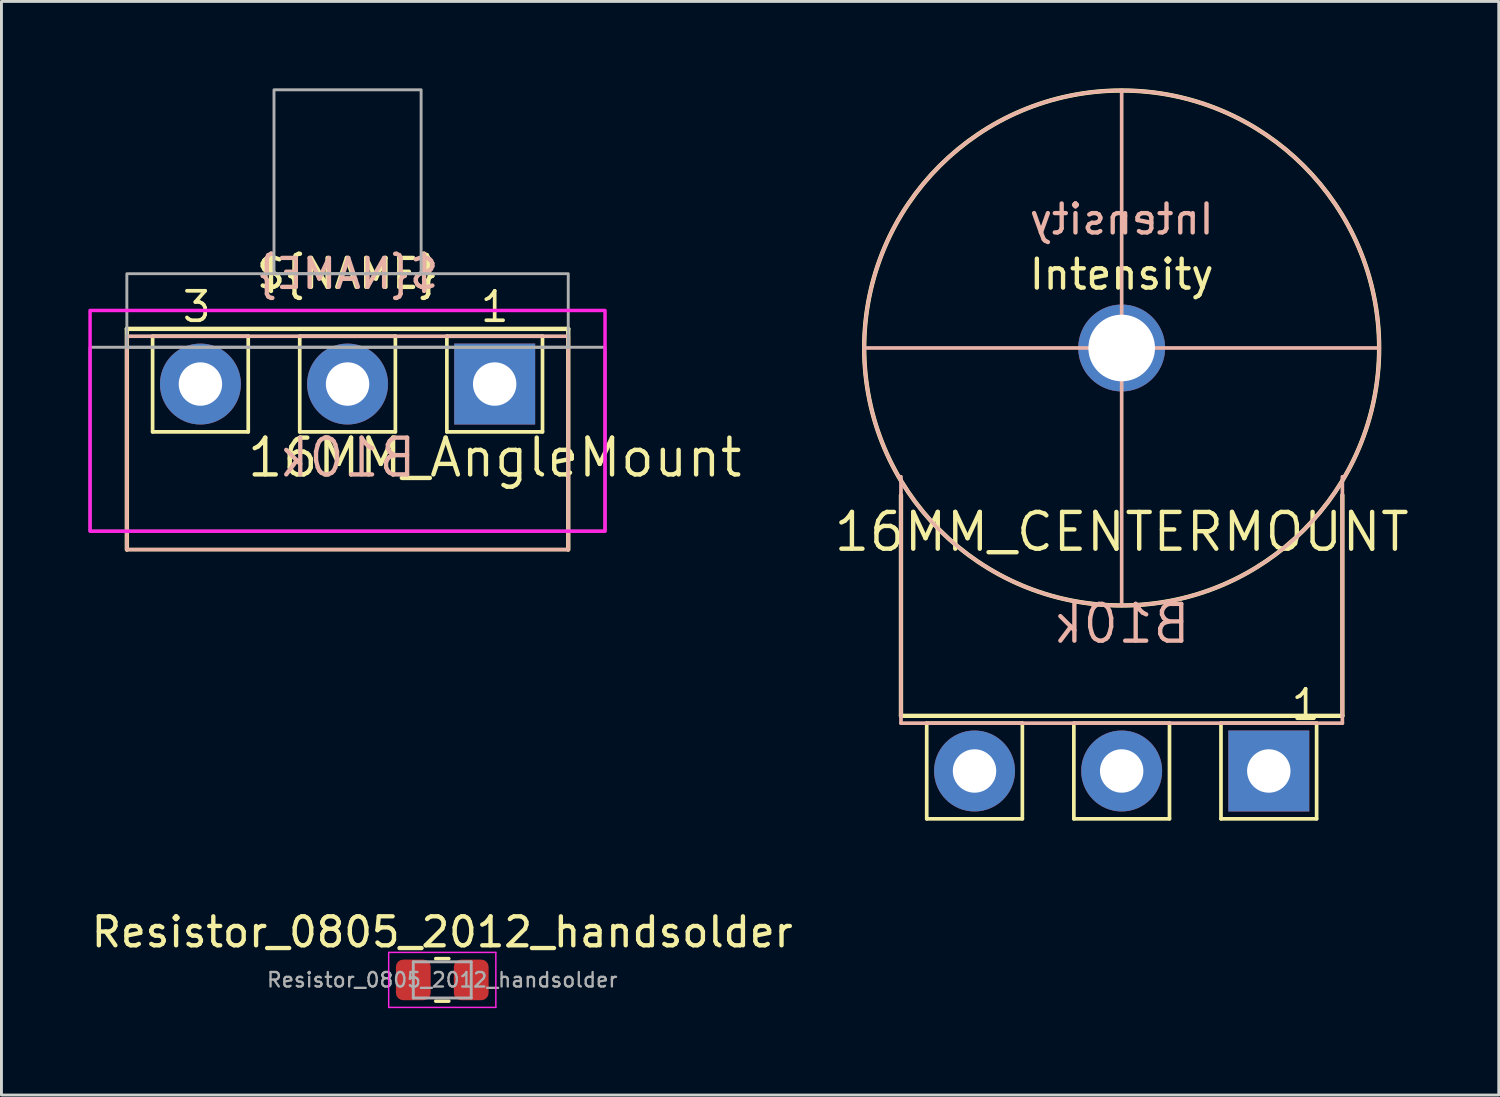
<source format=kicad_pcb>
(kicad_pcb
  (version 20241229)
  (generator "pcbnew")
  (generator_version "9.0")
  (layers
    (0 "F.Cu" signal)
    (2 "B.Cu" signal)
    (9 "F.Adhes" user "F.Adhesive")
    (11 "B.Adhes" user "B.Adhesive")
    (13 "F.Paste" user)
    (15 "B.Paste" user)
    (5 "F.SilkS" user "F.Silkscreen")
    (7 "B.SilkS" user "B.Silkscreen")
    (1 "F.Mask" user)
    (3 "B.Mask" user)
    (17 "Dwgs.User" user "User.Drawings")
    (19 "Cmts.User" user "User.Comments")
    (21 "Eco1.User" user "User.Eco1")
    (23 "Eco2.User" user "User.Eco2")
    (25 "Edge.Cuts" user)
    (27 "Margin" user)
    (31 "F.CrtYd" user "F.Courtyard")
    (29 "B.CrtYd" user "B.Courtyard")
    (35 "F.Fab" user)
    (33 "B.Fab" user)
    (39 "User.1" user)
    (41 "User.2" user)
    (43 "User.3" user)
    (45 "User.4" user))
  (footprint "16MM_AngleMount"
    (layer "F.Cu")
    (at 8.95 10.21)
    (property "Reference" "16MM_AngleMount" (at 5.08 2.54 0) (layer "F.SilkS") (effects (font (size 1.27 1.27) (thickness 0.152))))
    (property "Value" "B10k" (at 0 2.54 0) (layer "F.SilkS") (hide yes) (effects (font (size 1.27 1.27) (thickness 0.15))))
    (attr through_hole)
    (fp_line (start -7.62 -1.905) (end 7.62 -1.905) (stroke (width 0.15) (type solid)) (layer "F.SilkS"))
    (fp_line (start -7.62 5.715) (end -7.62 -1.905) (stroke (width 0.15) (type solid)) (layer "F.SilkS"))
    (fp_line (start -7.62 5.715) (end 7.62 5.715) (stroke (width 0.12) (type solid)) (layer "F.SilkS"))
    (fp_line (start -6.731 -1.651) (end -6.731 1.651) (stroke (width 0.127) (type solid)) (layer "F.SilkS"))
    (fp_line (start -6.731 -1.651) (end -3.429 -1.651) (stroke (width 0.127) (type solid)) (layer "F.SilkS"))
    (fp_line (start -6.731 1.651) (end -3.429 1.651) (stroke (width 0.127) (type solid)) (layer "F.SilkS"))
    (fp_line (start -3.429 1.651) (end -3.429 -1.651) (stroke (width 0.127) (type solid)) (layer "F.SilkS"))
    (fp_line (start -1.651 -1.651) (end -1.651 1.651) (stroke (width 0.127) (type solid)) (layer "F.SilkS"))
    (fp_line (start -1.651 -1.651) (end 1.651 -1.651) (stroke (width 0.127) (type solid)) (layer "F.SilkS"))
    (fp_line (start -1.651 1.651) (end 1.651 1.651) (stroke (width 0.127) (type solid)) (layer "F.SilkS"))
    (fp_line (start 1.651 1.651) (end 1.651 -1.651) (stroke (width 0.127) (type solid)) (layer "F.SilkS"))
    (fp_line (start 3.429 -1.651) (end 3.429 1.651) (stroke (width 0.127) (type solid)) (layer "F.SilkS"))
    (fp_line (start 3.429 -1.651) (end 6.731 -1.651) (stroke (width 0.127) (type solid)) (layer "F.SilkS"))
    (fp_line (start 3.429 1.651) (end 6.731 1.651) (stroke (width 0.127) (type solid)) (layer "F.SilkS"))
    (fp_line (start 6.731 1.651) (end 6.731 -1.651) (stroke (width 0.127) (type solid)) (layer "F.SilkS"))
    (fp_line (start 7.62 5.715) (end 7.62 -1.905) (stroke (width 0.15) (type solid)) (layer "F.SilkS"))
    (fp_line (start -7.62 -1.651) (end 7.62 -1.651) (stroke (width 0.127) (type solid)) (layer "B.SilkS"))
    (fp_line (start -7.62 5.715) (end -7.62 -1.651) (stroke (width 0.127) (type solid)) (layer "B.SilkS"))
    (fp_line (start -7.62 5.715) (end 7.62 5.715) (stroke (width 0.12) (type solid)) (layer "B.SilkS"))
    (fp_line (start 7.62 -1.651) (end 7.62 5.715) (stroke (width 0.127) (type solid)) (layer "B.SilkS"))
    (fp_rect (start -8.89 -2.54) (end 8.89 5.08) (stroke (width 0.12) (type solid)) (fill no) (layer "F.CrtYd"))
    (fp_rect (start -8.89 -1.27) (end 8.89 5.08) (stroke (width 0.1) (type solid)) (fill no) (layer "F.Fab"))
    (fp_rect (start -7.62 -1.27) (end 7.62 -3.81) (stroke (width 0.1) (type solid)) (fill no) (layer "F.Fab"))
    (fp_rect (start -2.54 -10.16) (end 2.54 -3.81) (stroke (width 0.1) (type solid)) (fill no) (layer "F.Fab"))
    (fp_text user "${NAME}" (at 0 -3.81 0) (layer "F.SilkS") (effects (font (size 1 1) (thickness 0.15))))
    (fp_text user "3" (at -5.207 -2.667 0) (layer "F.SilkS") (effects (font (size 1.016 1.016) (thickness 0.127))))
    (fp_text user "1" (at 5.08 -2.667 0) (layer "F.SilkS") (effects (font (size 1.016 1.016) (thickness 0.127))))
    (fp_text user "${NAME}" (at 0 -3.81 0) (layer "B.SilkS") (effects (font (size 1 1) (thickness 0.15)) (justify mirror)))
    (fp_text user "${VALUE}" (at 0 2.54 0) (layer "B.SilkS") (effects (font (size 1.27 1.27) (thickness 0.15)) (justify mirror)))
    (pad "1" thru_hole rect (at 5.08 0) (size 2.794 2.794) (drill 1.499) (layers "*.Cu" "*.Paste" "*.Mask"))
    (pad "2" thru_hole circle (at 0 0) (size 2.794 2.794) (drill 1.499) (layers "*.Cu" "*.Paste" "*.Mask"))
    (pad "3" thru_hole circle (at -5.08 0) (size 2.794 2.794) (drill 1.499) (layers "*.Cu" "*.Paste" "*.Mask")))
  (footprint "16MM_CENTERMOUNT"
    (layer "F.Cu")
    (at 35.678 8.965)
    (property "Reference" "16MM_CENTERMOUNT" (at 0 6.35 0) (layer "F.SilkS") (effects (font (size 1.27 1.27) (thickness 0.152))))
    (attr through_hole)
    (fp_line (start -7.62 5.08) (end -7.62 12.7) (stroke (width 0.15) (type solid)) (layer "F.SilkS"))
    (fp_line (start -7.62 12.7) (end 7.62 12.7) (stroke (width 0.15) (type solid)) (layer "F.SilkS"))
    (fp_line (start -6.731 12.954) (end -6.731 16.256) (stroke (width 0.127) (type solid)) (layer "F.SilkS"))
    (fp_line (start -6.731 12.954) (end -3.429 12.954) (stroke (width 0.127) (type solid)) (layer "F.SilkS"))
    (fp_line (start -6.731 16.256) (end -3.429 16.256) (stroke (width 0.127) (type solid)) (layer "F.SilkS"))
    (fp_line (start -3.429 16.256) (end -3.429 12.954) (stroke (width 0.127) (type solid)) (layer "F.SilkS"))
    (fp_line (start -1.651 12.954) (end -1.651 16.256) (stroke (width 0.127) (type solid)) (layer "F.SilkS"))
    (fp_line (start -1.651 12.954) (end 1.651 12.954) (stroke (width 0.127) (type solid)) (layer "F.SilkS"))
    (fp_line (start -1.651 16.256) (end 1.651 16.256) (stroke (width 0.127) (type solid)) (layer "F.SilkS"))
    (fp_line (start 1.651 16.256) (end 1.651 12.954) (stroke (width 0.127) (type solid)) (layer "F.SilkS"))
    (fp_line (start 3.429 12.954) (end 3.429 16.256) (stroke (width 0.127) (type solid)) (layer "F.SilkS"))
    (fp_line (start 3.429 12.954) (end 6.731 12.954) (stroke (width 0.127) (type solid)) (layer "F.SilkS"))
    (fp_line (start 3.429 16.256) (end 6.731 16.256) (stroke (width 0.127) (type solid)) (layer "F.SilkS"))
    (fp_line (start 6.731 16.256) (end 6.731 12.954) (stroke (width 0.127) (type solid)) (layer "F.SilkS"))
    (fp_line (start 7.62 12.7) (end 7.62 5.08) (stroke (width 0.15) (type solid)) (layer "F.SilkS"))
    (fp_circle (center 0 0) (end 8.89 0) (stroke (width 0.15) (type solid)) (fill no) (layer "F.SilkS"))
    (fp_line (start -8.89 0) (end 8.89 0) (stroke (width 0.127) (type solid)) (layer "B.SilkS"))
    (fp_line (start -7.62 4.445) (end -7.62 12.954) (stroke (width 0.127) (type solid)) (layer "B.SilkS"))
    (fp_line (start -7.62 12.954) (end 7.62 12.954) (stroke (width 0.127) (type solid)) (layer "B.SilkS"))
    (fp_line (start 0 8.89) (end 0 -8.89) (stroke (width 0.127) (type solid)) (layer "B.SilkS"))
    (fp_line (start 7.62 12.954) (end 7.62 4.445) (stroke (width 0.127) (type solid)) (layer "B.SilkS"))
    (fp_arc (start -8.89 0) (mid -6.286179 -6.286179) (end 0 -8.89) (stroke (width 0.127) (type solid)) (layer "B.SilkS"))
    (fp_arc (start 0 -8.89) (mid 6.286179 -6.286179) (end 8.89 0) (stroke (width 0.127) (type solid)) (layer "B.SilkS"))
    (fp_arc (start 0 8.89) (mid -6.286179 6.286179) (end -8.89 0) (stroke (width 0.127) (type solid)) (layer "B.SilkS"))
    (fp_arc (start 8.89 0) (mid 6.286179 6.286179) (end 0 8.89) (stroke (width 0.127) (type solid)) (layer "B.SilkS"))
    (fp_text user "1" (at 6.35 12.319 0) (layer "F.SilkS") (effects (font (size 1.016 1.016) (thickness 0.127))))
    (fp_text user "Intensity" (at 0 -2.54 0) (layer "F.SilkS") (effects (font (size 1 1) (thickness 0.15))))
    (fp_text user "Intensity" (at 0 -4.445 0) (layer "B.SilkS") (effects (font (size 1 1) (thickness 0.15)) (justify mirror)))
    (fp_text user "B10k" (at 0 9.525 0) (layer "B.SilkS") (effects (font (size 1.27 1.27) (thickness 0.15)) (justify mirror)))
    (pad "1" thru_hole rect (at 5.08 14.605) (size 2.794 2.794) (drill 1.499) (layers "*.Cu" "*.Paste" "*.Mask"))
    (pad "2" thru_hole circle (at 0 14.605) (size 2.794 2.794) (drill 1.499) (layers "*.Cu" "*.Paste" "*.Mask"))
    (pad "3" thru_hole circle (at -5.08 14.605) (size 2.794 2.794) (drill 1.499) (layers "*.Cu" "*.Paste" "*.Mask"))
    (pad "4" thru_hole circle (at 0 0) (size 3 3) (drill 2.3) (layers "*.Cu" "*.Mask")))
  (footprint "Resistor_0805_2012_handsolder"
    (layer "F.Cu")
    (at 12.22 30.783)
    (property "Reference" "Resistor_0805_2012_handsolder" (at 0 -1.65 0) (layer "F.SilkS") (effects (font (size 1 1) (thickness 0.15))))
    (attr smd)
    (fp_line (start -0.227 -0.735) (end 0.227 -0.735) (stroke (width 0.12) (type solid)) (layer "F.SilkS"))
    (fp_line (start -0.227 0.735) (end 0.227 0.735) (stroke (width 0.12) (type solid)) (layer "F.SilkS"))
    (fp_line (start -1.85 -0.95) (end 1.85 -0.95) (stroke (width 0.05) (type solid)) (layer "F.CrtYd"))
    (fp_line (start -1.85 0.95) (end -1.85 -0.95) (stroke (width 0.05) (type solid)) (layer "F.CrtYd"))
    (fp_line (start 1.85 -0.95) (end 1.85 0.95) (stroke (width 0.05) (type solid)) (layer "F.CrtYd"))
    (fp_line (start 1.85 0.95) (end -1.85 0.95) (stroke (width 0.05) (type solid)) (layer "F.CrtYd"))
    (fp_line (start -1 -0.625) (end 1 -0.625) (stroke (width 0.1) (type solid)) (layer "F.Fab"))
    (fp_line (start -1 0.625) (end -1 -0.625) (stroke (width 0.1) (type solid)) (layer "F.Fab"))
    (fp_line (start 1 -0.625) (end 1 0.625) (stroke (width 0.1) (type solid)) (layer "F.Fab"))
    (fp_line (start 1 0.625) (end -1 0.625) (stroke (width 0.1) (type solid)) (layer "F.Fab"))
    (fp_text user "${REFERENCE}" (at 0 0 0) (layer "F.Fab") (effects (font (size 0.5 0.5) (thickness 0.08))))
    (pad "1" smd roundrect (at -1 0) (size 1.2 1.4) (layers "F.Cu" "F.Mask" "F.Paste") (roundrect_rratio 0.208))
    (pad "2" smd roundrect (at 1 0) (size 1.2 1.4) (layers "F.Cu" "F.Mask" "F.Paste") (roundrect_rratio 0.208)))
  (gr_rect
    (start -3 -3)
    (end 48.698 34.758)
    (stroke (width 0.1) (type default))
    (fill no)
    (layer "Edge.Cuts")))
</source>
